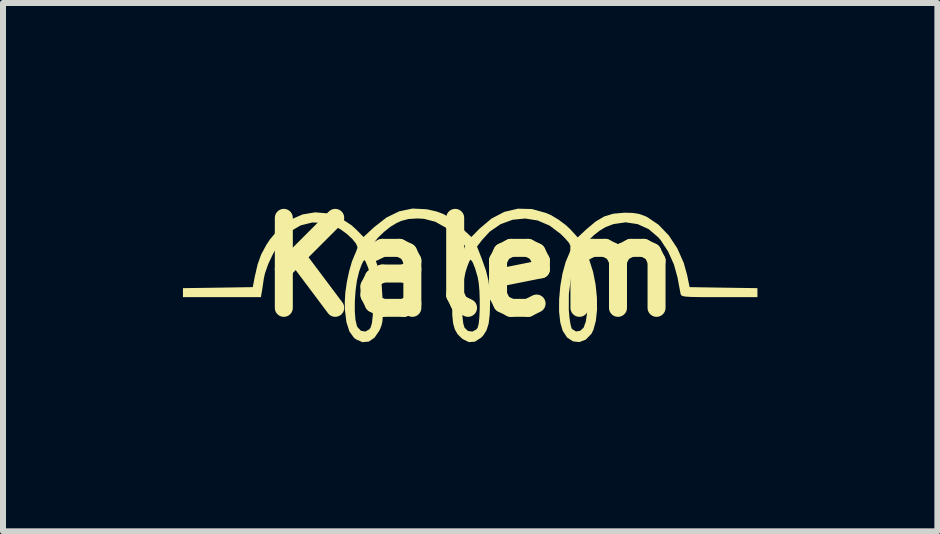
<source format=kicad_pcb>
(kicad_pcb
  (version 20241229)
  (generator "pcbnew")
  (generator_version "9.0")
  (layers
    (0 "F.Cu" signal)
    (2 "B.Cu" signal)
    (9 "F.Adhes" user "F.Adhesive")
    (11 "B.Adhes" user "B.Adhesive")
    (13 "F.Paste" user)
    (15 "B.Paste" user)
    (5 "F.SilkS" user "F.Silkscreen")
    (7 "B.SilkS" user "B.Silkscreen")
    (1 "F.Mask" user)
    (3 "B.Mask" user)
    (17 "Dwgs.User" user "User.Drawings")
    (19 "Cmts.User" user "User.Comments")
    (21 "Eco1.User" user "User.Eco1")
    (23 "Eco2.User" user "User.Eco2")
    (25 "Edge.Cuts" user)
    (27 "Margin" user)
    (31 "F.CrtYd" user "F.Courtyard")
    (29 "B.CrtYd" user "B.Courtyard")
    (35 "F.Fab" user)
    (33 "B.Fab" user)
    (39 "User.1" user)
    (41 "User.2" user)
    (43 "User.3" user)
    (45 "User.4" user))
  (footprint "Kalem"
    (layer "F.Cu")
    (at 4.789 1.404)
    (property "Reference" "Kalem" (at 0 0 0) (layer "F.SilkS") (effects (font (size 1.5 1.5) (thickness 0.3))))
    (attr board_only exclude_from_pos_files exclude_from_bom)
    (fp_poly (pts (xy -0.734 -0.966) (xy -0.691 -0.958) (xy -0.554 -0.926) (xy -0.445 -0.885) (xy -0.347 -0.827) (xy -0.239 -0.741) (xy -0.159 -0.668) (xy 0.02 -0.503) (xy 0.154 -0.64) (xy 0.355 -0.81) (xy 0.57 -0.922) (xy 0.796 -0.975) (xy 1.028 -0.969) (xy 1.266 -0.903) (xy 1.35 -0.866) (xy 1.475 -0.791) (xy 1.598 -0.698) (xy 1.666 -0.635) (xy 1.793 -0.496) (xy 1.938 -0.632) (xy 2.092 -0.761) (xy 2.235 -0.845) (xy 2.385 -0.891) (xy 2.56 -0.907) (xy 2.576 -0.908) (xy 2.715 -0.904) (xy 2.818 -0.887) (xy 2.913 -0.853) (xy 2.953 -0.834) (xy 3.142 -0.706) (xy 3.311 -0.529) (xy 3.453 -0.314) (xy 3.561 -0.07) (xy 3.618 0.136) (xy 3.658 0.333) (xy 4.223 0.342) (xy 4.789 0.35) (xy 4.789 0.425) (xy 4.789 0.5) (xy 4.153 0.5) (xy 3.942 0.5) (xy 3.783 0.499) (xy 3.669 0.496) (xy 3.593 0.491) (xy 3.546 0.483) (xy 3.521 0.471) (xy 3.51 0.453) (xy 3.505 0.432) (xy 3.493 0.367) (xy 3.474 0.266) (xy 3.456 0.169) (xy 3.396 -0.047) (xy 3.299 -0.262) (xy 3.177 -0.449) (xy 3.135 -0.498) (xy 2.974 -0.635) (xy 2.79 -0.718) (xy 2.591 -0.747) (xy 2.389 -0.718) (xy 2.256 -0.667) (xy 2.158 -0.608) (xy 2.061 -0.532) (xy 1.979 -0.451) (xy 1.924 -0.378) (xy 1.91 -0.336) (xy 1.92 -0.296) (xy 1.948 -0.216) (xy 1.987 -0.115) (xy 2.049 0.078) (xy 2.091 0.29) (xy 2.113 0.506) (xy 2.115 0.712) (xy 2.095 0.897) (xy 2.054 1.047) (xy 2.02 1.113) (xy 1.927 1.208) (xy 1.821 1.249) (xy 1.713 1.237) (xy 1.616 1.173) (xy 1.543 1.063) (xy 1.502 0.923) (xy 1.482 0.742) (xy 1.482 0.713) (xy 1.644 0.713) (xy 1.655 0.84) (xy 1.671 0.947) (xy 1.69 1.017) (xy 1.697 1.03) (xy 1.764 1.072) (xy 1.836 1.06) (xy 1.891 1.008) (xy 1.928 0.907) (xy 1.949 0.764) (xy 1.954 0.591) (xy 1.942 0.405) (xy 1.916 0.22) (xy 1.876 0.05) (xy 1.842 -0.045) (xy 1.797 -0.152) (xy 1.749 -0.038) (xy 1.68 0.185) (xy 1.645 0.446) (xy 1.644 0.713) (xy 1.482 0.713) (xy 1.483 0.535) (xy 1.502 0.318) (xy 1.539 0.106) (xy 1.592 -0.087) (xy 1.649 -0.222) (xy 1.676 -0.287) (xy 1.677 -0.344) (xy 1.647 -0.405) (xy 1.58 -0.483) (xy 1.51 -0.552) (xy 1.326 -0.692) (xy 1.125 -0.778) (xy 0.916 -0.811) (xy 0.707 -0.79) (xy 0.508 -0.717) (xy 0.326 -0.592) (xy 0.199 -0.454) (xy 0.114 -0.343) (xy 0.193 -0.141) (xy 0.263 0.056) (xy 0.306 0.232) (xy 0.327 0.414) (xy 0.332 0.591) (xy 0.326 0.79) (xy 0.308 0.94) (xy 0.273 1.052) (xy 0.22 1.136) (xy 0.183 1.175) (xy 0.079 1.242) (xy -0.021 1.25) (xy -0.125 1.199) (xy -0.147 1.181) (xy -0.212 1.115) (xy -0.257 1.035) (xy -0.285 0.933) (xy -0.299 0.796) (xy -0.299 0.675) (xy -0.134 0.675) (xy -0.129 0.823) (xy -0.115 0.94) (xy -0.095 1.008) (xy -0.037 1.064) (xy 0.037 1.074) (xy 0.104 1.038) (xy 0.124 1.01) (xy 0.142 0.944) (xy 0.153 0.834) (xy 0.159 0.695) (xy 0.159 0.543) (xy 0.154 0.394) (xy 0.142 0.263) (xy 0.125 0.167) (xy 0.081 0.017) (xy 0.042 -0.08) (xy 0.012 -0.122) (xy 0.001 -0.122) (xy -0.019 -0.087) (xy -0.048 -0.012) (xy -0.078 0.083) (xy -0.103 0.2) (xy -0.121 0.349) (xy -0.131 0.512) (xy -0.134 0.675) (xy -0.299 0.675) (xy -0.299 0.614) (xy -0.296 0.519) (xy -0.289 0.352) (xy -0.277 0.225) (xy -0.258 0.121) (xy -0.228 0.019) (xy -0.184 -0.1) (xy -0.183 -0.102) (xy -0.084 -0.355) (xy -0.232 -0.506) (xy -0.407 -0.659) (xy -0.582 -0.757) (xy -0.768 -0.805) (xy -0.879 -0.812) (xy -1.025 -0.803) (xy -1.146 -0.772) (xy -1.228 -0.735) (xy -1.331 -0.672) (xy -1.435 -0.589) (xy -1.529 -0.499) (xy -1.603 -0.412) (xy -1.646 -0.339) (xy -1.65 -0.294) (xy -1.578 -0.118) (xy -1.528 0.024) (xy -1.495 0.155) (xy -1.476 0.294) (xy -1.465 0.463) (xy -1.462 0.536) (xy -1.457 0.7) (xy -1.457 0.818) (xy -1.463 0.902) (xy -1.477 0.967) (xy -1.5 1.027) (xy -1.512 1.054) (xy -1.594 1.175) (xy -1.69 1.241) (xy -1.796 1.251) (xy -1.905 1.203) (xy -1.94 1.175) (xy -2.014 1.071) (xy -2.063 0.919) (xy -2.086 0.732) (xy -1.924 0.732) (xy -1.913 0.875) (xy -1.889 0.979) (xy -1.88 0.998) (xy -1.821 1.061) (xy -1.748 1.074) (xy -1.681 1.036) (xy -1.661 1.008) (xy -1.638 0.934) (xy -1.625 0.815) (xy -1.619 0.667) (xy -1.622 0.505) (xy -1.632 0.344) (xy -1.65 0.199) (xy -1.675 0.086) (xy -1.679 0.076) (xy -1.713 -0.019) (xy -1.744 -0.091) (xy -1.76 -0.118) (xy -1.779 -0.104) (xy -1.809 -0.044) (xy -1.844 0.051) (xy -1.853 0.079) (xy -1.888 0.223) (xy -1.911 0.391) (xy -1.923 0.565) (xy -1.924 0.732) (xy -2.086 0.732) (xy -2.088 0.715) (xy -2.091 0.586) (xy -2.082 0.426) (xy -2.056 0.245) (xy -2.017 0.064) (xy -1.972 -0.093) (xy -1.937 -0.179) (xy -1.902 -0.26) (xy -1.881 -0.32) (xy -1.879 -0.332) (xy -1.903 -0.392) (xy -1.966 -0.47) (xy -2.054 -0.552) (xy -2.155 -0.626) (xy -2.226 -0.667) (xy -2.429 -0.736) (xy -2.631 -0.745) (xy -2.824 -0.697) (xy -3.002 -0.594) (xy -3.107 -0.495) (xy -3.199 -0.374) (xy -3.288 -0.219) (xy -3.366 -0.054) (xy -3.421 0.102) (xy -3.441 0.194) (xy -3.456 0.299) (xy -3.471 0.394) (xy -3.475 0.417) (xy -3.49 0.5) (xy -4.14 0.5) (xy -4.789 0.5) (xy -4.789 0.425) (xy -4.789 0.35) (xy -4.207 0.342) (xy -3.625 0.333) (xy -3.59 0.152) (xy -3.544 -0.046) (xy -3.485 -0.211) (xy -3.4 -0.369) (xy -3.338 -0.463) (xy -3.178 -0.653) (xy -2.995 -0.792) (xy -2.794 -0.879) (xy -2.585 -0.914) (xy -2.374 -0.896) (xy -2.168 -0.824) (xy -1.975 -0.696) (xy -1.897 -0.624) (xy -1.778 -0.503) (xy -1.606 -0.663) (xy -1.396 -0.827) (xy -1.183 -0.931) (xy -0.963 -0.977)) (stroke (width 0) (type solid)) (fill yes) (layer "F.SilkS")))
  (gr_rect
    (start -3 -3)
    (end 12.578 5.808)
    (stroke (width 0.1) (type default))
    (fill no)
    (layer "Edge.Cuts")))
</source>
